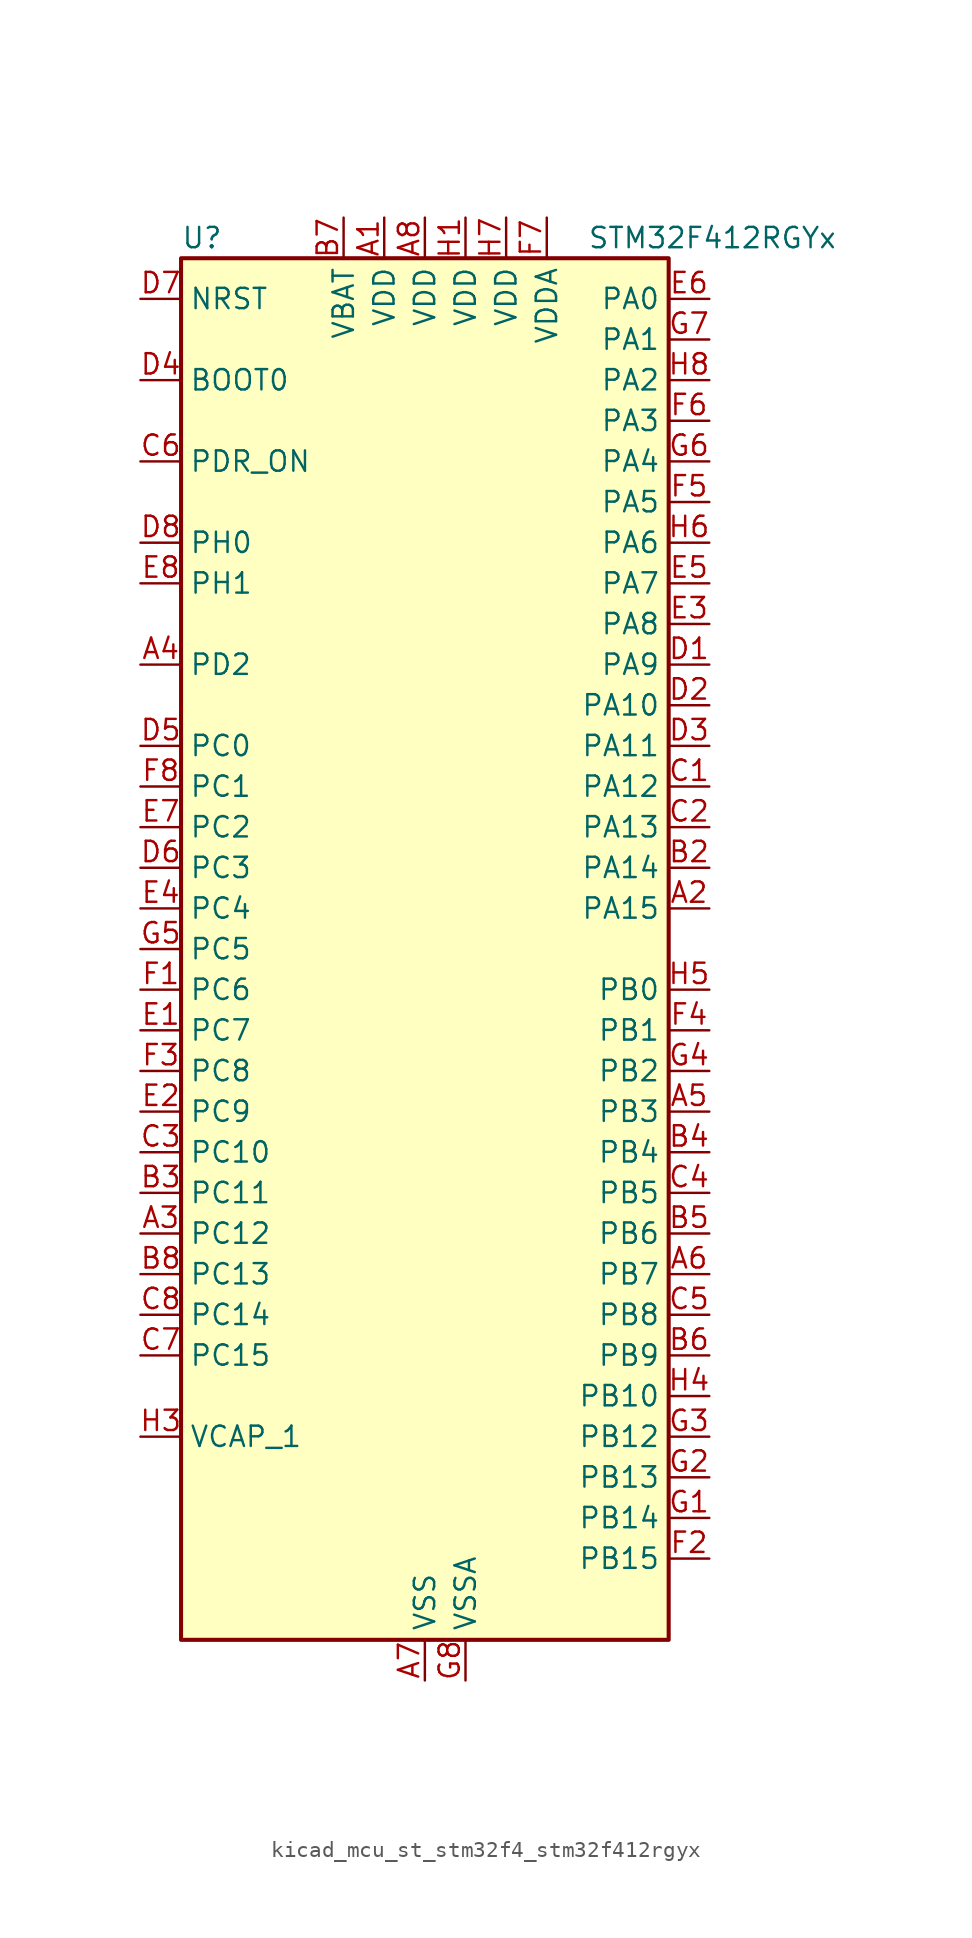
<source format=kicad_sym>
(kicad_symbol_lib
  (version 20220914)
  (generator kicad_symbol_editor)
  (symbol "kicad_mcu_st_stm32f4_stm32f412rgyx"
    (property "Reference" "U"
      (at -15.24 44.45 0)
      (effects (font (size 1.27 1.27)) (justify left)))
    (property "Value" "STM32F412RGYx"
      (at 10.16 44.45 0)
      (effects (font (size 1.27 1.27)) (justify left)))
    (property "ki_locked" ""
      (at 0 0 0)
      (effects (font (size 1.27 1.27))))
    (symbol "kicad_mcu_st_stm32f4_stm32f412rgyx_0_1"
      (rectangle (start -15.24 -43.18) (end 15.24 43.18) (stroke (width 0.254) (type default)) (fill (type background))))
    (symbol "kicad_mcu_st_stm32f4_stm32f412rgyx_1_1"
      (pin power_in line (at -2.54 45.72 270) (length 2.54) (name "VDD" (effects (font (size 1.27 1.27)))) (number "A1" (effects (font (size 1.27 1.27)))))
      (pin bidirectional line (at 17.78 2.54 180) (length 2.54) (name "PA15" (effects (font (size 1.27 1.27)))) (number "A2" (effects (font (size 1.27 1.27)))) (alternate "ADC1_EXTI15" bidirectional line) (alternate "I2S1_WS" bidirectional line) (alternate "I2S3_WS" bidirectional line) (alternate "SPI1_NSS" bidirectional line) (alternate "SPI3_NSS" bidirectional line) (alternate "SYS_JTDI" bidirectional line) (alternate "TIM2_CH1" bidirectional line) (alternate "TIM2_ETR" bidirectional line) (alternate "USART1_TX" bidirectional line))
      (pin bidirectional line (at -17.78 -17.78 0) (length 2.54) (name "PC12" (effects (font (size 1.27 1.27)))) (number "A3" (effects (font (size 1.27 1.27)))) (alternate "FSMC_D3" bidirectional line) (alternate "FSMC_DA3" bidirectional line) (alternate "I2S3_SD" bidirectional line) (alternate "SDIO_CK" bidirectional line) (alternate "SPI3_MOSI" bidirectional line) (alternate "USART3_CK" bidirectional line))
      (pin bidirectional line (at -17.78 17.78 0) (length 2.54) (name "PD2" (effects (font (size 1.27 1.27)))) (number "A4" (effects (font (size 1.27 1.27)))) (alternate "FSMC_NWE" bidirectional line) (alternate "SDIO_CMD" bidirectional line) (alternate "TIM3_ETR" bidirectional line))
      (pin bidirectional line (at 17.78 -10.16 180) (length 2.54) (name "PB3" (effects (font (size 1.27 1.27)))) (number "A5" (effects (font (size 1.27 1.27)))) (alternate "FMPI2C1_SDA" bidirectional line) (alternate "I2C2_SDA" bidirectional line) (alternate "I2S1_CK" bidirectional line) (alternate "I2S3_CK" bidirectional line) (alternate "SPI1_SCK" bidirectional line) (alternate "SPI3_SCK" bidirectional line) (alternate "SYS_JTDO-SWO" bidirectional line) (alternate "TIM2_CH2" bidirectional line) (alternate "USART1_RX" bidirectional line))
      (pin bidirectional line (at 17.78 -20.32 180) (length 2.54) (name "PB7" (effects (font (size 1.27 1.27)))) (number "A6" (effects (font (size 1.27 1.27)))) (alternate "FSMC_NL" bidirectional line) (alternate "I2C1_SDA" bidirectional line) (alternate "TIM4_CH2" bidirectional line) (alternate "USART1_RX" bidirectional line))
      (pin power_in line (at 0 -45.72 90) (length 2.54) (name "VSS" (effects (font (size 1.27 1.27)))) (number "A7" (effects (font (size 1.27 1.27)))))
      (pin power_in line (at 0 45.72 270) (length 2.54) (name "VDD" (effects (font (size 1.27 1.27)))) (number "A8" (effects (font (size 1.27 1.27)))))
      (pin passive line (at 0 -45.72 90) (length 2.54) hide (name "VSS" (effects (font (size 1.27 1.27)))) (number "B1" (effects (font (size 1.27 1.27)))))
      (pin bidirectional line (at 17.78 5.08 180) (length 2.54) (name "PA14" (effects (font (size 1.27 1.27)))) (number "B2" (effects (font (size 1.27 1.27)))) (alternate "SYS_JTCK-SWCLK" bidirectional line))
      (pin bidirectional line (at -17.78 -15.24 0) (length 2.54) (name "PC11" (effects (font (size 1.27 1.27)))) (number "B3" (effects (font (size 1.27 1.27)))) (alternate "ADC1_EXTI11" bidirectional line) (alternate "FSMC_D2" bidirectional line) (alternate "FSMC_DA2" bidirectional line) (alternate "I2S3_ext_SD" bidirectional line) (alternate "QUADSPI_BK2_NCS" bidirectional line) (alternate "SDIO_D3" bidirectional line) (alternate "SPI3_MISO" bidirectional line) (alternate "USART3_RX" bidirectional line))
      (pin bidirectional line (at 17.78 -12.7 180) (length 2.54) (name "PB4" (effects (font (size 1.27 1.27)))) (number "B4" (effects (font (size 1.27 1.27)))) (alternate "I2C3_SDA" bidirectional line) (alternate "I2S3_ext_SD" bidirectional line) (alternate "SDIO_D0" bidirectional line) (alternate "SPI1_MISO" bidirectional line) (alternate "SPI3_MISO" bidirectional line) (alternate "SYS_JTRST" bidirectional line) (alternate "TIM3_CH1" bidirectional line))
      (pin bidirectional line (at 17.78 -17.78 180) (length 2.54) (name "PB6" (effects (font (size 1.27 1.27)))) (number "B5" (effects (font (size 1.27 1.27)))) (alternate "CAN2_TX" bidirectional line) (alternate "I2C1_SCL" bidirectional line) (alternate "QUADSPI_BK1_NCS" bidirectional line) (alternate "SDIO_D0" bidirectional line) (alternate "TIM4_CH1" bidirectional line) (alternate "USART1_TX" bidirectional line))
      (pin bidirectional line (at 17.78 -25.4 180) (length 2.54) (name "PB9" (effects (font (size 1.27 1.27)))) (number "B6" (effects (font (size 1.27 1.27)))) (alternate "CAN1_TX" bidirectional line) (alternate "I2C1_SDA" bidirectional line) (alternate "I2C2_SDA" bidirectional line) (alternate "I2S2_WS" bidirectional line) (alternate "SDIO_D5" bidirectional line) (alternate "SPI2_NSS" bidirectional line) (alternate "TIM11_CH1" bidirectional line) (alternate "TIM4_CH4" bidirectional line))
      (pin power_in line (at -5.08 45.72 270) (length 2.54) (name "VBAT" (effects (font (size 1.27 1.27)))) (number "B7" (effects (font (size 1.27 1.27)))))
      (pin bidirectional line (at -17.78 -20.32 0) (length 2.54) (name "PC13" (effects (font (size 1.27 1.27)))) (number "B8" (effects (font (size 1.27 1.27)))) (alternate "RTC_AF1" bidirectional line))
      (pin bidirectional line (at 17.78 10.16 180) (length 2.54) (name "PA12" (effects (font (size 1.27 1.27)))) (number "C1" (effects (font (size 1.27 1.27)))) (alternate "CAN1_TX" bidirectional line) (alternate "SPI5_MISO" bidirectional line) (alternate "TIM1_ETR" bidirectional line) (alternate "USART1_RTS" bidirectional line) (alternate "USART6_RX" bidirectional line) (alternate "USB_OTG_FS_DP" bidirectional line))
      (pin bidirectional line (at 17.78 7.62 180) (length 2.54) (name "PA13" (effects (font (size 1.27 1.27)))) (number "C2" (effects (font (size 1.27 1.27)))) (alternate "SYS_JTMS-SWDIO" bidirectional line))
      (pin bidirectional line (at -17.78 -12.7 0) (length 2.54) (name "PC10" (effects (font (size 1.27 1.27)))) (number "C3" (effects (font (size 1.27 1.27)))) (alternate "I2S3_CK" bidirectional line) (alternate "QUADSPI_BK1_IO1" bidirectional line) (alternate "SDIO_D2" bidirectional line) (alternate "SPI3_SCK" bidirectional line) (alternate "USART3_TX" bidirectional line))
      (pin bidirectional line (at 17.78 -15.24 180) (length 2.54) (name "PB5" (effects (font (size 1.27 1.27)))) (number "C4" (effects (font (size 1.27 1.27)))) (alternate "CAN2_RX" bidirectional line) (alternate "I2C1_SMBA" bidirectional line) (alternate "I2S1_SD" bidirectional line) (alternate "I2S3_SD" bidirectional line) (alternate "SDIO_D3" bidirectional line) (alternate "SPI1_MOSI" bidirectional line) (alternate "SPI3_MOSI" bidirectional line) (alternate "TIM3_CH2" bidirectional line))
      (pin bidirectional line (at 17.78 -22.86 180) (length 2.54) (name "PB8" (effects (font (size 1.27 1.27)))) (number "C5" (effects (font (size 1.27 1.27)))) (alternate "CAN1_RX" bidirectional line) (alternate "I2C1_SCL" bidirectional line) (alternate "I2C3_SDA" bidirectional line) (alternate "I2S5_SD" bidirectional line) (alternate "SDIO_D4" bidirectional line) (alternate "SPI5_MOSI" bidirectional line) (alternate "TIM10_CH1" bidirectional line) (alternate "TIM4_CH3" bidirectional line))
      (pin input line (at -17.78 30.48 0) (length 2.54) (name "PDR_ON" (effects (font (size 1.27 1.27)))) (number "C6" (effects (font (size 1.27 1.27)))))
      (pin bidirectional line (at -17.78 -25.4 0) (length 2.54) (name "PC15" (effects (font (size 1.27 1.27)))) (number "C7" (effects (font (size 1.27 1.27)))) (alternate "ADC1_EXTI15" bidirectional line) (alternate "RCC_OSC32_OUT" bidirectional line))
      (pin bidirectional line (at -17.78 -22.86 0) (length 2.54) (name "PC14" (effects (font (size 1.27 1.27)))) (number "C8" (effects (font (size 1.27 1.27)))) (alternate "RCC_OSC32_IN" bidirectional line))
      (pin bidirectional line (at 17.78 17.78 180) (length 2.54) (name "PA9" (effects (font (size 1.27 1.27)))) (number "D1" (effects (font (size 1.27 1.27)))) (alternate "I2C3_SMBA" bidirectional line) (alternate "SDIO_D2" bidirectional line) (alternate "TIM1_CH2" bidirectional line) (alternate "USART1_TX" bidirectional line) (alternate "USB_OTG_FS_VBUS" bidirectional line))
      (pin bidirectional line (at 17.78 15.24 180) (length 2.54) (name "PA10" (effects (font (size 1.27 1.27)))) (number "D2" (effects (font (size 1.27 1.27)))) (alternate "I2S5_SD" bidirectional line) (alternate "SPI5_MOSI" bidirectional line) (alternate "TIM1_CH3" bidirectional line) (alternate "USART1_RX" bidirectional line) (alternate "USB_OTG_FS_ID" bidirectional line))
      (pin bidirectional line (at 17.78 12.7 180) (length 2.54) (name "PA11" (effects (font (size 1.27 1.27)))) (number "D3" (effects (font (size 1.27 1.27)))) (alternate "ADC1_EXTI11" bidirectional line) (alternate "CAN1_RX" bidirectional line) (alternate "SPI4_MISO" bidirectional line) (alternate "TIM1_CH4" bidirectional line) (alternate "USART1_CTS" bidirectional line) (alternate "USART6_TX" bidirectional line) (alternate "USB_OTG_FS_DM" bidirectional line))
      (pin input line (at -17.78 35.56 0) (length 2.54) (name "BOOT0" (effects (font (size 1.27 1.27)))) (number "D4" (effects (font (size 1.27 1.27)))))
      (pin bidirectional line (at -17.78 12.7 0) (length 2.54) (name "PC0" (effects (font (size 1.27 1.27)))) (number "D5" (effects (font (size 1.27 1.27)))) (alternate "ADC1_IN10" bidirectional line) (alternate "SYS_WKUP2" bidirectional line))
      (pin bidirectional line (at -17.78 5.08 0) (length 2.54) (name "PC3" (effects (font (size 1.27 1.27)))) (number "D6" (effects (font (size 1.27 1.27)))) (alternate "ADC1_IN13" bidirectional line) (alternate "FSMC_A0" bidirectional line) (alternate "I2S2_SD" bidirectional line) (alternate "SPI2_MOSI" bidirectional line))
      (pin input line (at -17.78 40.64 0) (length 2.54) (name "NRST" (effects (font (size 1.27 1.27)))) (number "D7" (effects (font (size 1.27 1.27)))))
      (pin bidirectional line (at -17.78 25.4 0) (length 2.54) (name "PH0" (effects (font (size 1.27 1.27)))) (number "D8" (effects (font (size 1.27 1.27)))) (alternate "RCC_OSC_IN" bidirectional line))
      (pin bidirectional line (at -17.78 -5.08 0) (length 2.54) (name "PC7" (effects (font (size 1.27 1.27)))) (number "E1" (effects (font (size 1.27 1.27)))) (alternate "DFSDM1_DATIN3" bidirectional line) (alternate "FMPI2C1_SDA" bidirectional line) (alternate "I2S2_CK" bidirectional line) (alternate "I2S3_MCK" bidirectional line) (alternate "SDIO_D7" bidirectional line) (alternate "SPI2_SCK" bidirectional line) (alternate "TIM3_CH2" bidirectional line) (alternate "TIM8_CH2" bidirectional line) (alternate "USART6_RX" bidirectional line))
      (pin bidirectional line (at -17.78 -10.16 0) (length 2.54) (name "PC9" (effects (font (size 1.27 1.27)))) (number "E2" (effects (font (size 1.27 1.27)))) (alternate "I2C3_SDA" bidirectional line) (alternate "I2S_CKIN" bidirectional line) (alternate "QUADSPI_BK1_IO0" bidirectional line) (alternate "RCC_MCO_2" bidirectional line) (alternate "SDIO_D1" bidirectional line) (alternate "TIM3_CH4" bidirectional line) (alternate "TIM8_CH4" bidirectional line))
      (pin bidirectional line (at 17.78 20.32 180) (length 2.54) (name "PA8" (effects (font (size 1.27 1.27)))) (number "E3" (effects (font (size 1.27 1.27)))) (alternate "I2C3_SCL" bidirectional line) (alternate "RCC_MCO_1" bidirectional line) (alternate "SDIO_D1" bidirectional line) (alternate "TIM1_CH1" bidirectional line) (alternate "USART1_CK" bidirectional line) (alternate "USB_OTG_FS_SOF" bidirectional line))
      (pin bidirectional line (at -17.78 2.54 0) (length 2.54) (name "PC4" (effects (font (size 1.27 1.27)))) (number "E4" (effects (font (size 1.27 1.27)))) (alternate "ADC1_IN14" bidirectional line) (alternate "FSMC_NE4" bidirectional line) (alternate "I2S1_MCK" bidirectional line) (alternate "QUADSPI_BK2_IO2" bidirectional line))
      (pin bidirectional line (at 17.78 22.86 180) (length 2.54) (name "PA7" (effects (font (size 1.27 1.27)))) (number "E5" (effects (font (size 1.27 1.27)))) (alternate "ADC1_IN7" bidirectional line) (alternate "I2S1_SD" bidirectional line) (alternate "QUADSPI_BK2_IO1" bidirectional line) (alternate "SPI1_MOSI" bidirectional line) (alternate "TIM14_CH1" bidirectional line) (alternate "TIM1_CH1N" bidirectional line) (alternate "TIM3_CH2" bidirectional line) (alternate "TIM8_CH1N" bidirectional line))
      (pin bidirectional line (at 17.78 40.64 180) (length 2.54) (name "PA0" (effects (font (size 1.27 1.27)))) (number "E6" (effects (font (size 1.27 1.27)))) (alternate "ADC1_IN0" bidirectional line) (alternate "SYS_WKUP1" bidirectional line) (alternate "TIM2_CH1" bidirectional line) (alternate "TIM2_ETR" bidirectional line) (alternate "TIM5_CH1" bidirectional line) (alternate "TIM8_ETR" bidirectional line) (alternate "USART2_CTS" bidirectional line))
      (pin bidirectional line (at -17.78 7.62 0) (length 2.54) (name "PC2" (effects (font (size 1.27 1.27)))) (number "E7" (effects (font (size 1.27 1.27)))) (alternate "ADC1_IN12" bidirectional line) (alternate "DFSDM1_CKOUT" bidirectional line) (alternate "FSMC_NWE" bidirectional line) (alternate "I2S2_ext_SD" bidirectional line) (alternate "SPI2_MISO" bidirectional line))
      (pin bidirectional line (at -17.78 22.86 0) (length 2.54) (name "PH1" (effects (font (size 1.27 1.27)))) (number "E8" (effects (font (size 1.27 1.27)))) (alternate "RCC_OSC_OUT" bidirectional line))
      (pin bidirectional line (at -17.78 -2.54 0) (length 2.54) (name "PC6" (effects (font (size 1.27 1.27)))) (number "F1" (effects (font (size 1.27 1.27)))) (alternate "DFSDM1_CKIN3" bidirectional line) (alternate "FMPI2C1_SCL" bidirectional line) (alternate "FSMC_D1" bidirectional line) (alternate "FSMC_DA1" bidirectional line) (alternate "I2S2_MCK" bidirectional line) (alternate "SDIO_D6" bidirectional line) (alternate "TIM3_CH1" bidirectional line) (alternate "TIM8_CH1" bidirectional line) (alternate "USART6_TX" bidirectional line))
      (pin bidirectional line (at 17.78 -38.1 180) (length 2.54) (name "PB15" (effects (font (size 1.27 1.27)))) (number "F2" (effects (font (size 1.27 1.27)))) (alternate "ADC1_EXTI15" bidirectional line) (alternate "DFSDM1_CKIN2" bidirectional line) (alternate "FMPI2C1_SCL" bidirectional line) (alternate "I2S2_SD" bidirectional line) (alternate "RTC_REFIN" bidirectional line) (alternate "SDIO_CK" bidirectional line) (alternate "SPI2_MOSI" bidirectional line) (alternate "TIM12_CH2" bidirectional line) (alternate "TIM1_CH3N" bidirectional line) (alternate "TIM8_CH3N" bidirectional line))
      (pin bidirectional line (at -17.78 -7.62 0) (length 2.54) (name "PC8" (effects (font (size 1.27 1.27)))) (number "F3" (effects (font (size 1.27 1.27)))) (alternate "QUADSPI_BK1_IO2" bidirectional line) (alternate "SDIO_D0" bidirectional line) (alternate "TIM3_CH3" bidirectional line) (alternate "TIM8_CH3" bidirectional line) (alternate "USART6_CK" bidirectional line))
      (pin bidirectional line (at 17.78 -5.08 180) (length 2.54) (name "PB1" (effects (font (size 1.27 1.27)))) (number "F4" (effects (font (size 1.27 1.27)))) (alternate "ADC1_IN9" bidirectional line) (alternate "DFSDM1_DATIN0" bidirectional line) (alternate "I2S5_WS" bidirectional line) (alternate "QUADSPI_CLK" bidirectional line) (alternate "SPI5_NSS" bidirectional line) (alternate "TIM1_CH3N" bidirectional line) (alternate "TIM3_CH4" bidirectional line) (alternate "TIM8_CH3N" bidirectional line))
      (pin bidirectional line (at 17.78 27.94 180) (length 2.54) (name "PA5" (effects (font (size 1.27 1.27)))) (number "F5" (effects (font (size 1.27 1.27)))) (alternate "ADC1_IN5" bidirectional line) (alternate "DFSDM1_CKIN1" bidirectional line) (alternate "FSMC_D7" bidirectional line) (alternate "FSMC_DA7" bidirectional line) (alternate "I2S1_CK" bidirectional line) (alternate "SPI1_SCK" bidirectional line) (alternate "TIM2_CH1" bidirectional line) (alternate "TIM2_ETR" bidirectional line) (alternate "TIM8_CH1N" bidirectional line))
      (pin bidirectional line (at 17.78 33.02 180) (length 2.54) (name "PA3" (effects (font (size 1.27 1.27)))) (number "F6" (effects (font (size 1.27 1.27)))) (alternate "ADC1_IN3" bidirectional line) (alternate "FSMC_D5" bidirectional line) (alternate "FSMC_DA5" bidirectional line) (alternate "I2S2_MCK" bidirectional line) (alternate "TIM2_CH4" bidirectional line) (alternate "TIM5_CH4" bidirectional line) (alternate "TIM9_CH2" bidirectional line) (alternate "USART2_RX" bidirectional line))
      (pin power_in line (at 7.62 45.72 270) (length 2.54) (name "VDDA" (effects (font (size 1.27 1.27)))) (number "F7" (effects (font (size 1.27 1.27)))))
      (pin bidirectional line (at -17.78 10.16 0) (length 2.54) (name "PC1" (effects (font (size 1.27 1.27)))) (number "F8" (effects (font (size 1.27 1.27)))) (alternate "ADC1_IN11" bidirectional line) (alternate "SYS_WKUP3" bidirectional line))
      (pin bidirectional line (at 17.78 -35.56 180) (length 2.54) (name "PB14" (effects (font (size 1.27 1.27)))) (number "G1" (effects (font (size 1.27 1.27)))) (alternate "DFSDM1_DATIN2" bidirectional line) (alternate "FMPI2C1_SDA" bidirectional line) (alternate "FSMC_D0" bidirectional line) (alternate "FSMC_DA0" bidirectional line) (alternate "I2S2_ext_SD" bidirectional line) (alternate "SDIO_D6" bidirectional line) (alternate "SPI2_MISO" bidirectional line) (alternate "TIM12_CH1" bidirectional line) (alternate "TIM1_CH2N" bidirectional line) (alternate "TIM8_CH2N" bidirectional line) (alternate "USART3_RTS" bidirectional line))
      (pin bidirectional line (at 17.78 -33.02 180) (length 2.54) (name "PB13" (effects (font (size 1.27 1.27)))) (number "G2" (effects (font (size 1.27 1.27)))) (alternate "CAN2_TX" bidirectional line) (alternate "DFSDM1_CKIN1" bidirectional line) (alternate "FMPI2C1_SMBA" bidirectional line) (alternate "I2S2_CK" bidirectional line) (alternate "I2S4_CK" bidirectional line) (alternate "SPI2_SCK" bidirectional line) (alternate "SPI4_SCK" bidirectional line) (alternate "TIM1_CH1N" bidirectional line) (alternate "USART3_CTS" bidirectional line))
      (pin bidirectional line (at 17.78 -30.48 180) (length 2.54) (name "PB12" (effects (font (size 1.27 1.27)))) (number "G3" (effects (font (size 1.27 1.27)))) (alternate "CAN2_RX" bidirectional line) (alternate "DFSDM1_DATIN1" bidirectional line) (alternate "I2C2_SMBA" bidirectional line) (alternate "I2S2_WS" bidirectional line) (alternate "I2S3_CK" bidirectional line) (alternate "I2S4_WS" bidirectional line) (alternate "SPI2_NSS" bidirectional line) (alternate "SPI3_SCK" bidirectional line) (alternate "SPI4_NSS" bidirectional line) (alternate "TIM1_BKIN" bidirectional line) (alternate "USART3_CK" bidirectional line))
      (pin bidirectional line (at 17.78 -7.62 180) (length 2.54) (name "PB2" (effects (font (size 1.27 1.27)))) (number "G4" (effects (font (size 1.27 1.27)))) (alternate "DFSDM1_CKIN0" bidirectional line) (alternate "QUADSPI_CLK" bidirectional line))
      (pin bidirectional line (at -17.78 0 0) (length 2.54) (name "PC5" (effects (font (size 1.27 1.27)))) (number "G5" (effects (font (size 1.27 1.27)))) (alternate "ADC1_IN15" bidirectional line) (alternate "FMPI2C1_SMBA" bidirectional line) (alternate "FSMC_NOE" bidirectional line) (alternate "QUADSPI_BK2_IO3" bidirectional line) (alternate "USART3_RX" bidirectional line))
      (pin bidirectional line (at 17.78 30.48 180) (length 2.54) (name "PA4" (effects (font (size 1.27 1.27)))) (number "G6" (effects (font (size 1.27 1.27)))) (alternate "ADC1_IN4" bidirectional line) (alternate "DFSDM1_DATIN1" bidirectional line) (alternate "FSMC_D6" bidirectional line) (alternate "FSMC_DA6" bidirectional line) (alternate "I2S1_WS" bidirectional line) (alternate "I2S3_WS" bidirectional line) (alternate "SPI1_NSS" bidirectional line) (alternate "SPI3_NSS" bidirectional line) (alternate "USART2_CK" bidirectional line))
      (pin bidirectional line (at 17.78 38.1 180) (length 2.54) (name "PA1" (effects (font (size 1.27 1.27)))) (number "G7" (effects (font (size 1.27 1.27)))) (alternate "ADC1_IN1" bidirectional line) (alternate "I2S4_SD" bidirectional line) (alternate "QUADSPI_BK1_IO3" bidirectional line) (alternate "SPI4_MOSI" bidirectional line) (alternate "TIM2_CH2" bidirectional line) (alternate "TIM5_CH2" bidirectional line) (alternate "USART2_RTS" bidirectional line))
      (pin power_in line (at 2.54 -45.72 90) (length 2.54) (name "VSSA" (effects (font (size 1.27 1.27)))) (number "G8" (effects (font (size 1.27 1.27)))))
      (pin power_in line (at 2.54 45.72 270) (length 2.54) (name "VDD" (effects (font (size 1.27 1.27)))) (number "H1" (effects (font (size 1.27 1.27)))))
      (pin passive line (at 0 -45.72 90) (length 2.54) hide (name "VSS" (effects (font (size 1.27 1.27)))) (number "H2" (effects (font (size 1.27 1.27)))))
      (pin power_out line (at -17.78 -30.48 0) (length 2.54) (name "VCAP_1" (effects (font (size 1.27 1.27)))) (number "H3" (effects (font (size 1.27 1.27)))))
      (pin bidirectional line (at 17.78 -27.94 180) (length 2.54) (name "PB10" (effects (font (size 1.27 1.27)))) (number "H4" (effects (font (size 1.27 1.27)))) (alternate "FMPI2C1_SCL" bidirectional line) (alternate "I2C2_SCL" bidirectional line) (alternate "I2S2_CK" bidirectional line) (alternate "I2S3_MCK" bidirectional line) (alternate "SDIO_D7" bidirectional line) (alternate "SPI2_SCK" bidirectional line) (alternate "TIM2_CH3" bidirectional line) (alternate "USART3_TX" bidirectional line))
      (pin bidirectional line (at 17.78 -2.54 180) (length 2.54) (name "PB0" (effects (font (size 1.27 1.27)))) (number "H5" (effects (font (size 1.27 1.27)))) (alternate "ADC1_IN8" bidirectional line) (alternate "I2S5_CK" bidirectional line) (alternate "SPI5_SCK" bidirectional line) (alternate "TIM1_CH2N" bidirectional line) (alternate "TIM3_CH3" bidirectional line) (alternate "TIM8_CH2N" bidirectional line))
      (pin bidirectional line (at 17.78 25.4 180) (length 2.54) (name "PA6" (effects (font (size 1.27 1.27)))) (number "H6" (effects (font (size 1.27 1.27)))) (alternate "ADC1_IN6" bidirectional line) (alternate "I2S2_MCK" bidirectional line) (alternate "QUADSPI_BK2_IO0" bidirectional line) (alternate "SDIO_CMD" bidirectional line) (alternate "SPI1_MISO" bidirectional line) (alternate "TIM13_CH1" bidirectional line) (alternate "TIM1_BKIN" bidirectional line) (alternate "TIM3_CH1" bidirectional line) (alternate "TIM8_BKIN" bidirectional line))
      (pin power_in line (at 5.08 45.72 270) (length 2.54) (name "VDD" (effects (font (size 1.27 1.27)))) (number "H7" (effects (font (size 1.27 1.27)))))
      (pin bidirectional line (at 17.78 35.56 180) (length 2.54) (name "PA2" (effects (font (size 1.27 1.27)))) (number "H8" (effects (font (size 1.27 1.27)))) (alternate "ADC1_IN2" bidirectional line) (alternate "FSMC_D4" bidirectional line) (alternate "FSMC_DA4" bidirectional line) (alternate "I2S_CKIN" bidirectional line) (alternate "TIM2_CH3" bidirectional line) (alternate "TIM5_CH3" bidirectional line) (alternate "TIM9_CH1" bidirectional line) (alternate "USART2_TX" bidirectional line)))))
</source>
